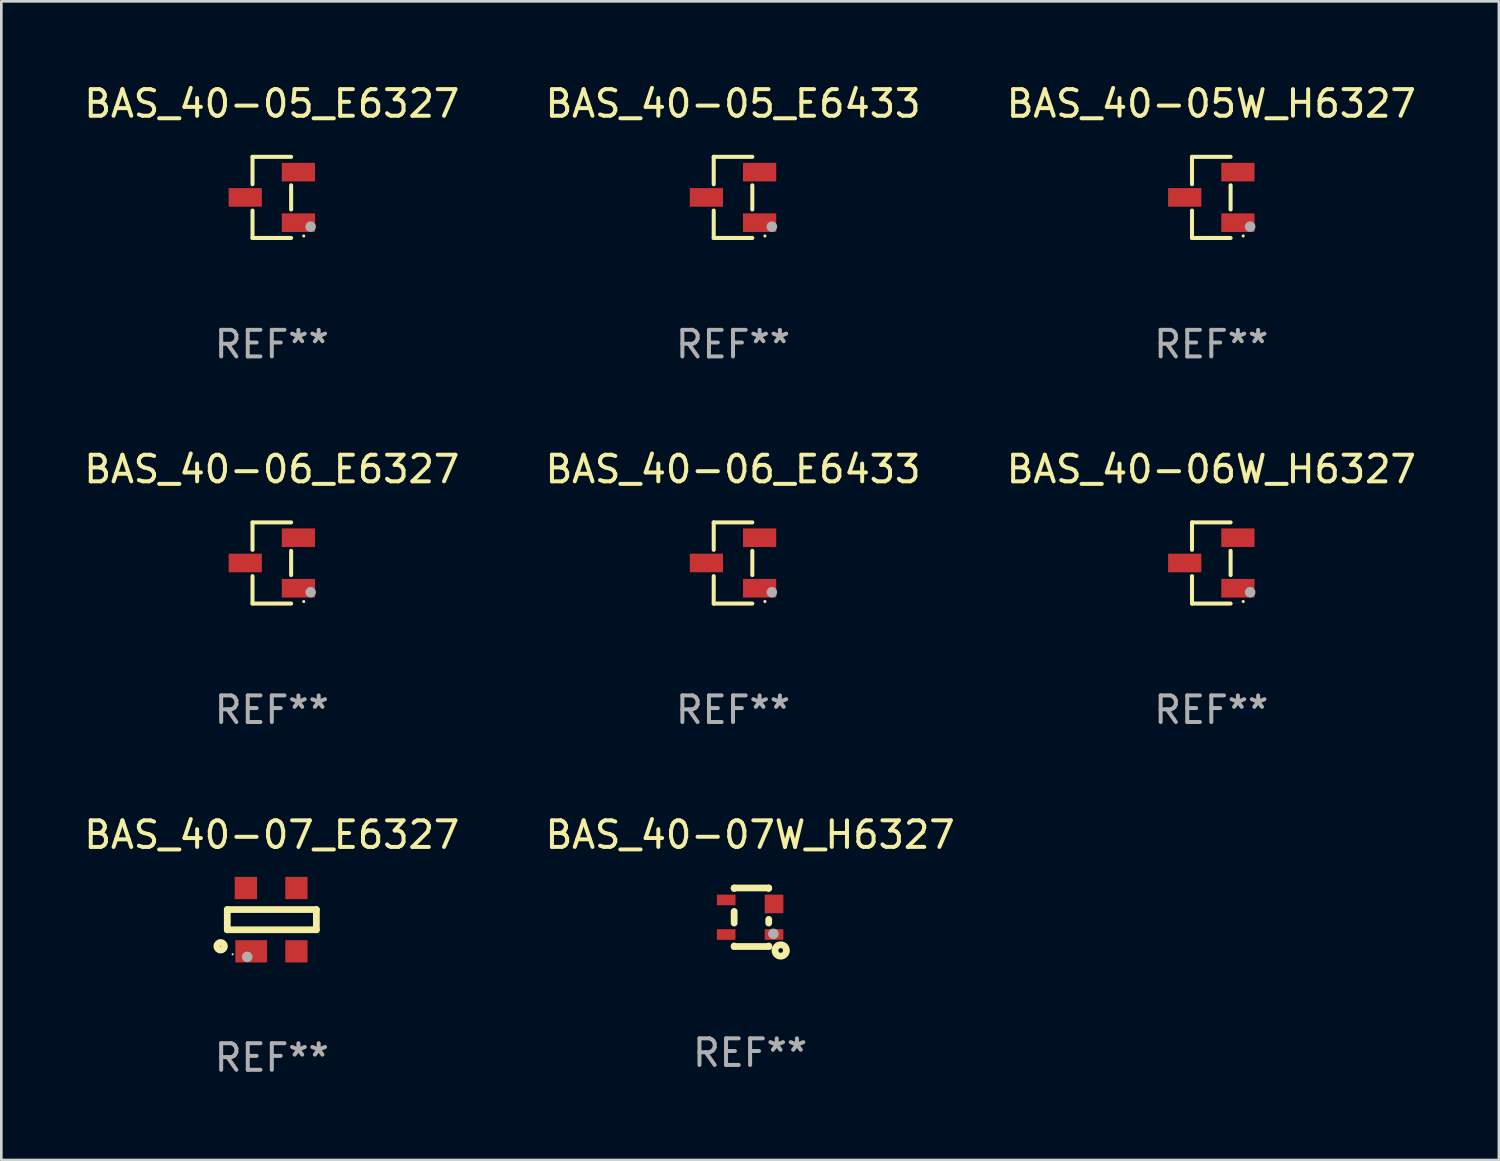
<source format=kicad_pcb>
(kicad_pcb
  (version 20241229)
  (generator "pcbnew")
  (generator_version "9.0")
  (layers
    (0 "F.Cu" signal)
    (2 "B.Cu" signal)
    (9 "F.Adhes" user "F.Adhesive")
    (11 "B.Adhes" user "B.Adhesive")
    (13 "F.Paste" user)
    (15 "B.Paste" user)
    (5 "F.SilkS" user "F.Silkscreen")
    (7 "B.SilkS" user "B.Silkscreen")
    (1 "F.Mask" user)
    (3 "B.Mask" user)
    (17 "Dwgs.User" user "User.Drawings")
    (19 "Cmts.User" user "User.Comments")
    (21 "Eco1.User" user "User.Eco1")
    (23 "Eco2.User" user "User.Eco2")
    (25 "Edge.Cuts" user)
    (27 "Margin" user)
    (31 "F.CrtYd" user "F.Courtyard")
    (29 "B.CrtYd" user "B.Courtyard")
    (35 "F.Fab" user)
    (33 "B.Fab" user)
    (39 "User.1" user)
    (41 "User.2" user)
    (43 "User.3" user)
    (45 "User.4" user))
  (footprint "BAS_40-06_E6433"
    (layer "F.Cu")
    (at 24.518 18.123)
    (property "Reference" "BAS_40-06_E6433" (at 0 -3.526 0) (layer "F.SilkS") (effects (font (size 1 1) (thickness 0.15))))
    (attr through_hole)
    (fp_line (start -0.726 -1.526) (end -0.726 -0.495) (stroke (width 0.152) (type solid)) (layer "F.SilkS"))
    (fp_line (start -0.726 1.526) (end -0.726 0.495) (stroke (width 0.152) (type solid)) (layer "F.SilkS"))
    (fp_line (start 0.726 -1.526) (end -0.726 -1.526) (stroke (width 0.152) (type solid)) (layer "F.SilkS"))
    (fp_line (start 0.726 -0.455) (end 0.726 0.455) (stroke (width 0.152) (type solid)) (layer "F.SilkS"))
    (fp_line (start 0.726 1.526) (end -0.726 1.526) (stroke (width 0.152) (type solid)) (layer "F.SilkS"))
    (fp_circle (center 1.2 1.45) (end 1.23 1.45) (stroke (width 0.06) (type solid)) (fill no) (layer "F.SilkS"))
    (fp_circle (center 1.46 1.1) (end 1.56 1.1) (stroke (width 0.2) (type solid)) (fill no) (layer "F.Fab"))
    (fp_text user "REF**" (at 0 5.526 0) (layer "F.Fab") (effects (font (size 1 1) (thickness 0.15))))
    (pad "1" smd rect (at 1 0.95) (size 1.25 0.7) (layers "F.Cu" "F.Mask" "F.Paste"))
    (pad "2" smd rect (at 1 -0.95) (size 1.25 0.7) (layers "F.Cu" "F.Mask" "F.Paste"))
    (pad "3" smd rect (at -1 0) (size 1.25 0.7) (layers "F.Cu" "F.Mask" "F.Paste")))
  (footprint "BAS_40-05_E6433"
    (layer "F.Cu")
    (at 24.518 4.374)
    (property "Reference" "BAS_40-05_E6433" (at 0 -3.526 0) (layer "F.SilkS") (effects (font (size 1 1) (thickness 0.15))))
    (attr through_hole)
    (fp_line (start -0.726 -1.526) (end -0.726 -0.495) (stroke (width 0.152) (type solid)) (layer "F.SilkS"))
    (fp_line (start -0.726 1.526) (end -0.726 0.495) (stroke (width 0.152) (type solid)) (layer "F.SilkS"))
    (fp_line (start 0.726 -1.526) (end -0.726 -1.526) (stroke (width 0.152) (type solid)) (layer "F.SilkS"))
    (fp_line (start 0.726 -0.455) (end 0.726 0.455) (stroke (width 0.152) (type solid)) (layer "F.SilkS"))
    (fp_line (start 0.726 1.526) (end -0.726 1.526) (stroke (width 0.152) (type solid)) (layer "F.SilkS"))
    (fp_circle (center 1.2 1.45) (end 1.23 1.45) (stroke (width 0.06) (type solid)) (fill no) (layer "F.SilkS"))
    (fp_circle (center 1.46 1.1) (end 1.56 1.1) (stroke (width 0.2) (type solid)) (fill no) (layer "F.Fab"))
    (fp_text user "REF**" (at 0 5.526 0) (layer "F.Fab") (effects (font (size 1 1) (thickness 0.15))))
    (pad "1" smd rect (at 1 0.95) (size 1.25 0.7) (layers "F.Cu" "F.Mask" "F.Paste"))
    (pad "2" smd rect (at 1 -0.95) (size 1.25 0.7) (layers "F.Cu" "F.Mask" "F.Paste"))
    (pad "3" smd rect (at -1 0) (size 1.25 0.7) (layers "F.Cu" "F.Mask" "F.Paste")))
  (footprint "BAS_40-06_E6327"
    (layer "F.Cu")
    (at 7.173 18.123)
    (property "Reference" "BAS_40-06_E6327" (at 0 -3.526 0) (layer "F.SilkS") (effects (font (size 1 1) (thickness 0.15))))
    (attr through_hole)
    (fp_line (start -0.726 -1.526) (end -0.726 -0.495) (stroke (width 0.152) (type solid)) (layer "F.SilkS"))
    (fp_line (start -0.726 1.526) (end -0.726 0.495) (stroke (width 0.152) (type solid)) (layer "F.SilkS"))
    (fp_line (start 0.726 -1.526) (end -0.726 -1.526) (stroke (width 0.152) (type solid)) (layer "F.SilkS"))
    (fp_line (start 0.726 -0.455) (end 0.726 0.455) (stroke (width 0.152) (type solid)) (layer "F.SilkS"))
    (fp_line (start 0.726 1.526) (end -0.726 1.526) (stroke (width 0.152) (type solid)) (layer "F.SilkS"))
    (fp_circle (center 1.2 1.45) (end 1.23 1.45) (stroke (width 0.06) (type solid)) (fill no) (layer "F.SilkS"))
    (fp_circle (center 1.46 1.1) (end 1.56 1.1) (stroke (width 0.2) (type solid)) (fill no) (layer "F.Fab"))
    (fp_text user "REF**" (at 0 5.526 0) (layer "F.Fab") (effects (font (size 1 1) (thickness 0.15))))
    (pad "1" smd rect (at 1 0.95) (size 1.25 0.7) (layers "F.Cu" "F.Mask" "F.Paste"))
    (pad "2" smd rect (at 1 -0.95) (size 1.25 0.7) (layers "F.Cu" "F.Mask" "F.Paste"))
    (pad "3" smd rect (at -1 0) (size 1.25 0.7) (layers "F.Cu" "F.Mask" "F.Paste")))
  (footprint "BAS_40-07_E6327"
    (layer "F.Cu")
    (at 7.173 31.538)
    (property "Reference" "BAS_40-07_E6327" (at 0 -3.191 0) (layer "F.SilkS") (effects (font (size 1 1) (thickness 0.15))))
    (attr through_hole)
    (fp_line (start -1.675 -0.38) (end -1.675 0.38) (stroke (width 0.254) (type solid)) (layer "F.SilkS"))
    (fp_line (start -1.675 -0.38) (end 1.675 -0.38) (stroke (width 0.254) (type solid)) (layer "F.SilkS"))
    (fp_line (start -1.675 0.38) (end 1.675 0.38) (stroke (width 0.254) (type solid)) (layer "F.SilkS"))
    (fp_line (start 1.675 -0.38) (end 1.675 0.38) (stroke (width 0.254) (type solid)) (layer "F.SilkS"))
    (fp_circle (center -1.925 1) (end -1.783 1) (stroke (width 0.254) (type solid)) (fill no) (layer "F.SilkS"))
    (fp_circle (center -1.475 1.3) (end -1.455 1.3) (stroke (width 0.04) (type solid)) (fill no) (layer "F.SilkS"))
    (fp_circle (center -0.925 1.4) (end -0.825 1.4) (stroke (width 0.2) (type solid)) (fill no) (layer "F.Fab"))
    (fp_text user "REF**" (at 0 5.191 0) (layer "F.Fab") (effects (font (size 1 1) (thickness 0.15))))
    (pad "1" smd rect (at -0.775 1.191) (size 1.194 0.838) (layers "F.Cu" "F.Mask" "F.Paste"))
    (pad "2" smd rect (at 0.925 1.191) (size 0.838 0.838) (layers "F.Cu" "F.Mask" "F.Paste"))
    (pad "3" smd rect (at 0.925 -1.191) (size 0.838 0.838) (layers "F.Cu" "F.Mask" "F.Paste"))
    (pad "4" smd rect (at -0.975 -1.191) (size 0.838 0.838) (layers "F.Cu" "F.Mask" "F.Paste")))
  (footprint "BAS_40-05_E6327"
    (layer "F.Cu")
    (at 7.173 4.374)
    (property "Reference" "BAS_40-05_E6327" (at 0 -3.526 0) (layer "F.SilkS") (effects (font (size 1 1) (thickness 0.15))))
    (attr through_hole)
    (fp_line (start -0.726 -1.526) (end -0.726 -0.495) (stroke (width 0.152) (type solid)) (layer "F.SilkS"))
    (fp_line (start -0.726 1.526) (end -0.726 0.495) (stroke (width 0.152) (type solid)) (layer "F.SilkS"))
    (fp_line (start 0.726 -1.526) (end -0.726 -1.526) (stroke (width 0.152) (type solid)) (layer "F.SilkS"))
    (fp_line (start 0.726 -0.455) (end 0.726 0.455) (stroke (width 0.152) (type solid)) (layer "F.SilkS"))
    (fp_line (start 0.726 1.526) (end -0.726 1.526) (stroke (width 0.152) (type solid)) (layer "F.SilkS"))
    (fp_circle (center 1.2 1.45) (end 1.23 1.45) (stroke (width 0.06) (type solid)) (fill no) (layer "F.SilkS"))
    (fp_circle (center 1.46 1.1) (end 1.56 1.1) (stroke (width 0.2) (type solid)) (fill no) (layer "F.Fab"))
    (fp_text user "REF**" (at 0 5.526 0) (layer "F.Fab") (effects (font (size 1 1) (thickness 0.15))))
    (pad "1" smd rect (at 1 0.95) (size 1.25 0.7) (layers "F.Cu" "F.Mask" "F.Paste"))
    (pad "2" smd rect (at 1 -0.95) (size 1.25 0.7) (layers "F.Cu" "F.Mask" "F.Paste"))
    (pad "3" smd rect (at -1 0) (size 1.25 0.7) (layers "F.Cu" "F.Mask" "F.Paste")))
  (footprint "BAS_40-07W_H6327"
    (layer "F.Cu")
    (at 25.161 31.446)
    (property "Reference" "BAS_40-07W_H6327" (at 0 -3.1 0) (layer "F.SilkS") (effects (font (size 1 1) (thickness 0.15))))
    (attr through_hole)
    (fp_line (start -0.6 -1.1) (end -0.6 -1.081) (stroke (width 0.254) (type solid)) (layer "F.SilkS"))
    (fp_line (start -0.6 -1.1) (end 0.7 -1.1) (stroke (width 0.254) (type solid)) (layer "F.SilkS"))
    (fp_line (start -0.6 -0.219) (end -0.6 0.219) (stroke (width 0.254) (type solid)) (layer "F.SilkS"))
    (fp_line (start -0.6 1.081) (end -0.6 1.1) (stroke (width 0.254) (type solid)) (layer "F.SilkS"))
    (fp_line (start -0.6 1.1) (end 0.7 1.1) (stroke (width 0.254) (type solid)) (layer "F.SilkS"))
    (fp_line (start 0.7 -1.1) (end 0.7 -1.081) (stroke (width 0.254) (type solid)) (layer "F.SilkS"))
    (fp_line (start 0.7 0.081) (end 0.7 0.219) (stroke (width 0.254) (type solid)) (layer "F.SilkS"))
    (fp_line (start 0.7 1.081) (end 0.7 1.1) (stroke (width 0.254) (type solid)) (layer "F.SilkS"))
    (fp_circle (center 1.05 1) (end 1.08 1) (stroke (width 0.06) (type solid)) (fill no) (layer "F.SilkS"))
    (fp_circle (center 1.15 1.25) (end 1.238 1.25) (stroke (width 0.254) (type solid)) (fill no) (layer "F.SilkS"))
    (fp_circle (center 0.875 0.625) (end 0.975 0.625) (stroke (width 0.2) (type solid)) (fill no) (layer "F.Fab"))
    (fp_text user "REF**" (at 0 5.1 0) (layer "F.Fab") (effects (font (size 1 1) (thickness 0.15))))
    (pad "1" smd rect (at 0.9 0.65 90) (size 0.4 0.7) (layers "F.Cu" "F.Mask" "F.Paste"))
    (pad "2" smd rect (at 0.9 -0.5) (size 0.7 0.7) (layers "F.Cu" "F.Mask" "F.Paste"))
    (pad "3" smd rect (at -0.9 -0.65 90) (size 0.4 0.7) (layers "F.Cu" "F.Mask" "F.Paste"))
    (pad "4" smd rect (at -0.9 0.65 90) (size 0.4 0.7) (layers "F.Cu" "F.Mask" "F.Paste")))
  (footprint "BAS_40-06W_H6327"
    (layer "F.Cu")
    (at 42.506 18.123)
    (property "Reference" "BAS_40-06W_H6327" (at 0 -3.526 0) (layer "F.SilkS") (effects (font (size 1 1) (thickness 0.15))))
    (attr through_hole)
    (fp_line (start -0.726 -1.526) (end -0.726 -0.495) (stroke (width 0.152) (type solid)) (layer "F.SilkS"))
    (fp_line (start -0.726 1.526) (end -0.726 0.495) (stroke (width 0.152) (type solid)) (layer "F.SilkS"))
    (fp_line (start 0.726 -1.526) (end -0.726 -1.526) (stroke (width 0.152) (type solid)) (layer "F.SilkS"))
    (fp_line (start 0.726 -0.455) (end 0.726 0.455) (stroke (width 0.152) (type solid)) (layer "F.SilkS"))
    (fp_line (start 0.726 1.526) (end -0.726 1.526) (stroke (width 0.152) (type solid)) (layer "F.SilkS"))
    (fp_circle (center 1.2 1.45) (end 1.23 1.45) (stroke (width 0.06) (type solid)) (fill no) (layer "F.SilkS"))
    (fp_circle (center 1.46 1.1) (end 1.56 1.1) (stroke (width 0.2) (type solid)) (fill no) (layer "F.Fab"))
    (fp_text user "REF**" (at 0 5.526 0) (layer "F.Fab") (effects (font (size 1 1) (thickness 0.15))))
    (pad "1" smd rect (at 1 0.95) (size 1.25 0.7) (layers "F.Cu" "F.Mask" "F.Paste"))
    (pad "2" smd rect (at 1 -0.95) (size 1.25 0.7) (layers "F.Cu" "F.Mask" "F.Paste"))
    (pad "3" smd rect (at -1 0) (size 1.25 0.7) (layers "F.Cu" "F.Mask" "F.Paste")))
  (footprint "BAS_40-05W_H6327"
    (layer "F.Cu")
    (at 42.506 4.374)
    (property "Reference" "BAS_40-05W_H6327" (at 0 -3.526 0) (layer "F.SilkS") (effects (font (size 1 1) (thickness 0.15))))
    (attr through_hole)
    (fp_line (start -0.726 -1.526) (end -0.726 -0.495) (stroke (width 0.152) (type solid)) (layer "F.SilkS"))
    (fp_line (start -0.726 1.526) (end -0.726 0.495) (stroke (width 0.152) (type solid)) (layer "F.SilkS"))
    (fp_line (start 0.726 -1.526) (end -0.726 -1.526) (stroke (width 0.152) (type solid)) (layer "F.SilkS"))
    (fp_line (start 0.726 -0.455) (end 0.726 0.455) (stroke (width 0.152) (type solid)) (layer "F.SilkS"))
    (fp_line (start 0.726 1.526) (end -0.726 1.526) (stroke (width 0.152) (type solid)) (layer "F.SilkS"))
    (fp_circle (center 1.2 1.45) (end 1.23 1.45) (stroke (width 0.06) (type solid)) (fill no) (layer "F.SilkS"))
    (fp_circle (center 1.46 1.1) (end 1.56 1.1) (stroke (width 0.2) (type solid)) (fill no) (layer "F.Fab"))
    (fp_text user "REF**" (at 0 5.526 0) (layer "F.Fab") (effects (font (size 1 1) (thickness 0.15))))
    (pad "1" smd rect (at 1 0.95) (size 1.25 0.7) (layers "F.Cu" "F.Mask" "F.Paste"))
    (pad "2" smd rect (at 1 -0.95) (size 1.25 0.7) (layers "F.Cu" "F.Mask" "F.Paste"))
    (pad "3" smd rect (at -1 0) (size 1.25 0.7) (layers "F.Cu" "F.Mask" "F.Paste")))
  (gr_rect
    (start -3 -3)
    (end 53.321 40.577)
    (stroke (width 0.1) (type default))
    (fill no)
    (layer "Edge.Cuts")))
</source>
